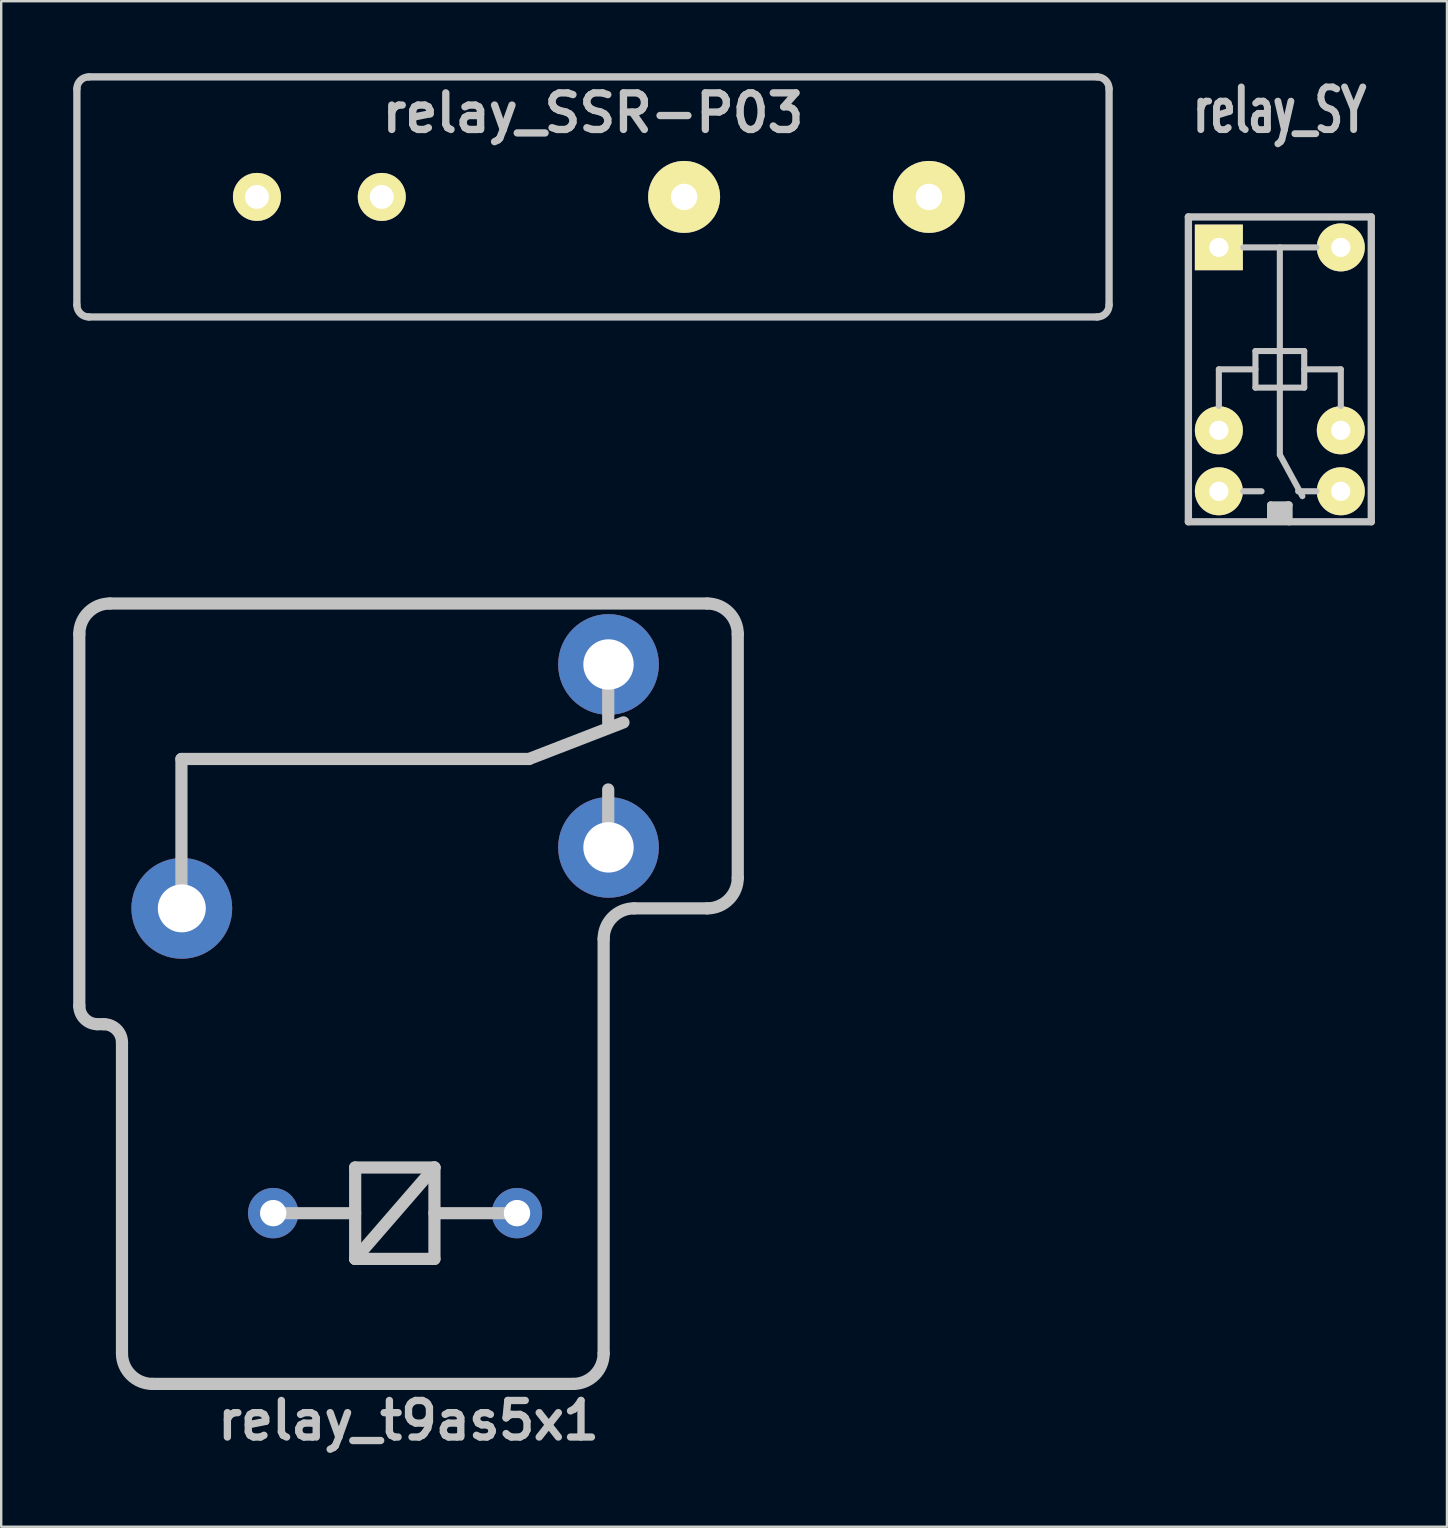
<source format=kicad_pcb>
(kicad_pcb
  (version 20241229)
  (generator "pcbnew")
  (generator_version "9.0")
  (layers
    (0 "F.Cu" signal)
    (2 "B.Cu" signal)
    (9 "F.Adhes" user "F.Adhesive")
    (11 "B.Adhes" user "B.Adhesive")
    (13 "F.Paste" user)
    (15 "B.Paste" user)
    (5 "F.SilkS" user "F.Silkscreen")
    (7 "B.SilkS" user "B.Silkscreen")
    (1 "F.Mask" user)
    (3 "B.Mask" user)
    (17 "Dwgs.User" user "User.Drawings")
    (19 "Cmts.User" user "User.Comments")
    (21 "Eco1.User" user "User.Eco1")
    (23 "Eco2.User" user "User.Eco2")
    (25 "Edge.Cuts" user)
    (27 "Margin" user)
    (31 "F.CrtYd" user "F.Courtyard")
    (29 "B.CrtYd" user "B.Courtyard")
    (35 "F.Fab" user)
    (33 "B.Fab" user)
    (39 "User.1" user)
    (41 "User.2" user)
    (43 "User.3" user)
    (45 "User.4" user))
  (footprint "relay_t9as5x1"
    (layer "F.Cu")
    (at 13.97 38.349)
    (property "Reference" "relay_t9as5x1" (at 0 17.78 0) (layer "Dwgs.User") (effects (font (size 1.524 1.524) (thickness 0.305))))
    (attr through_hole)
    (fp_line (start -13.716 -14.986) (end -13.716 0.508) (stroke (width 0.508) (type solid)) (layer "Dwgs.User"))
    (fp_line (start -12.954 1.27) (end -12.7 1.27) (stroke (width 0.508) (type solid)) (layer "Dwgs.User"))
    (fp_line (start -11.938 2.032) (end -11.938 14.986) (stroke (width 0.508) (type solid)) (layer "Dwgs.User"))
    (fp_line (start -10.668 16.256) (end 6.858 16.256) (stroke (width 0.508) (type solid)) (layer "Dwgs.User"))
    (fp_line (start -9.461 -9.779) (end -9.461 -3.556) (stroke (width 0.508) (type solid)) (layer "Dwgs.User"))
    (fp_line (start -9.461 -3.556) (end -9.461 -3.619) (stroke (width 0.508) (type solid)) (layer "Dwgs.User"))
    (fp_line (start -2.223 7.239) (end 1.079 7.239) (stroke (width 0.508) (type solid)) (layer "Dwgs.User"))
    (fp_line (start -2.223 9.144) (end -5.715 9.144) (stroke (width 0.508) (type solid)) (layer "Dwgs.User"))
    (fp_line (start -2.223 11.049) (end -2.223 7.239) (stroke (width 0.508) (type solid)) (layer "Dwgs.User"))
    (fp_line (start -2.223 11.049) (end 1.079 7.239) (stroke (width 0.508) (type solid)) (layer "Dwgs.User"))
    (fp_line (start 1.079 7.239) (end 1.079 11.049) (stroke (width 0.508) (type solid)) (layer "Dwgs.User"))
    (fp_line (start 1.079 11.049) (end -2.223 11.049) (stroke (width 0.508) (type solid)) (layer "Dwgs.User"))
    (fp_line (start 4.572 9.144) (end 1.079 9.144) (stroke (width 0.508) (type solid)) (layer "Dwgs.User"))
    (fp_line (start 5.016 -9.779) (end -9.461 -9.779) (stroke (width 0.508) (type solid)) (layer "Dwgs.User"))
    (fp_line (start 5.016 -9.779) (end 8.954 -11.303) (stroke (width 0.508) (type solid)) (layer "Dwgs.User"))
    (fp_line (start 8.128 14.986) (end 8.128 -2.286) (stroke (width 0.508) (type solid)) (layer "Dwgs.User"))
    (fp_line (start 8.319 -13.716) (end 8.319 -11.303) (stroke (width 0.508) (type solid)) (layer "Dwgs.User"))
    (fp_line (start 8.319 -6.096) (end 8.319 -8.509) (stroke (width 0.508) (type solid)) (layer "Dwgs.User"))
    (fp_line (start 9.398 -3.556) (end 12.446 -3.556) (stroke (width 0.508) (type solid)) (layer "Dwgs.User"))
    (fp_line (start 12.446 -16.256) (end -12.446 -16.256) (stroke (width 0.508) (type solid)) (layer "Dwgs.User"))
    (fp_line (start 13.716 -4.826) (end 13.716 -14.986) (stroke (width 0.508) (type solid)) (layer "Dwgs.User"))
    (fp_arc (start -13.716 -14.986) (mid -13.344026 -15.884026) (end -12.446 -16.256) (stroke (width 0.508) (type solid)) (layer "Dwgs.User"))
    (fp_arc (start -12.954 1.27) (mid -13.492815 1.046815) (end -13.716 0.508) (stroke (width 0.508) (type solid)) (layer "Dwgs.User"))
    (fp_arc (start -12.7 1.27) (mid -12.161185 1.493185) (end -11.938 2.032) (stroke (width 0.508) (type solid)) (layer "Dwgs.User"))
    (fp_arc (start -10.668 16.256) (mid -11.566026 15.884026) (end -11.938 14.986) (stroke (width 0.508) (type solid)) (layer "Dwgs.User"))
    (fp_arc (start 8.128 -2.286) (mid 8.499974 -3.184026) (end 9.398 -3.556) (stroke (width 0.508) (type solid)) (layer "Dwgs.User"))
    (fp_arc (start 8.128 14.986) (mid 7.756026 15.884026) (end 6.858 16.256) (stroke (width 0.508) (type solid)) (layer "Dwgs.User"))
    (fp_arc (start 12.446 -16.256) (mid 13.344026 -15.884026) (end 13.716 -14.986) (stroke (width 0.508) (type solid)) (layer "Dwgs.User"))
    (fp_arc (start 13.716 -4.826) (mid 13.344026 -3.927974) (end 12.446 -3.556) (stroke (width 0.508) (type solid)) (layer "Dwgs.User"))
    (pad "1" thru_hole circle (at -5.639 9.141) (size 2.098 2.098) (drill 1.1) (layers "*.Cu" "*.Mask"))
    (pad "2" thru_hole circle (at 4.519 9.141) (size 2.098 2.098) (drill 1.1) (layers "*.Cu" "*.Mask"))
    (pad "3" thru_hole circle (at -9.446 -3.556) (size 4.199 4.199) (drill 1.999) (layers "*.Cu" "*.Mask"))
    (pad "4" thru_hole circle (at 8.331 -6.096) (size 4.196 4.196) (drill 2.098) (layers "*.Cu" "*.Mask"))
    (pad "5" thru_hole circle (at 8.331 -13.716) (size 4.196 4.196) (drill 2.098) (layers "*.Cu" "*.Mask")))
  (footprint "relay_SY"
    (layer "F.Cu")
    (at 50.269 12.337)
    (property "Reference" "relay_SY" (at 0 -10.795 0) (layer "Dwgs.User") (effects (font (size 1.778 1.143) (thickness 0.287))))
    (attr through_hole)
    (fp_line (start -3.81 -6.35) (end -3.81 6.35) (stroke (width 0.305) (type solid)) (layer "Dwgs.User"))
    (fp_line (start -3.81 6.35) (end 3.81 6.35) (stroke (width 0.305) (type solid)) (layer "Dwgs.User"))
    (fp_line (start -2.54 0) (end -1.016 0) (stroke (width 0.254) (type solid)) (layer "Dwgs.User"))
    (fp_line (start -2.54 1.524) (end -2.54 0) (stroke (width 0.254) (type solid)) (layer "Dwgs.User"))
    (fp_line (start -1.524 -5.08) (end 1.524 -5.08) (stroke (width 0.254) (type solid)) (layer "Dwgs.User"))
    (fp_line (start -1.524 5.08) (end -0.762 5.08) (stroke (width 0.254) (type solid)) (layer "Dwgs.User"))
    (fp_line (start -1.016 -0.762) (end -1.016 0.762) (stroke (width 0.254) (type solid)) (layer "Dwgs.User"))
    (fp_line (start -1.016 0.762) (end 1.016 0.762) (stroke (width 0.254) (type solid)) (layer "Dwgs.User"))
    (fp_line (start -0.381 5.652) (end 0.318 5.652) (stroke (width 0.305) (type solid)) (layer "Dwgs.User"))
    (fp_line (start -0.381 6.287) (end -0.381 5.652) (stroke (width 0.305) (type solid)) (layer "Dwgs.User"))
    (fp_line (start -0.318 6.096) (end 0.254 6.096) (stroke (width 0.305) (type solid)) (layer "Dwgs.User"))
    (fp_line (start 0 -5.08) (end 0 3.556) (stroke (width 0.254) (type solid)) (layer "Dwgs.User"))
    (fp_line (start 0 3.556) (end 0.94 5.283) (stroke (width 0.254) (type solid)) (layer "Dwgs.User"))
    (fp_line (start 0.318 5.652) (end 0.381 5.652) (stroke (width 0.305) (type solid)) (layer "Dwgs.User"))
    (fp_line (start 0.318 5.905) (end -0.318 5.905) (stroke (width 0.305) (type solid)) (layer "Dwgs.User"))
    (fp_line (start 0.381 5.652) (end 0.381 6.35) (stroke (width 0.305) (type solid)) (layer "Dwgs.User"))
    (fp_line (start 1.016 -0.762) (end -1.016 -0.762) (stroke (width 0.254) (type solid)) (layer "Dwgs.User"))
    (fp_line (start 1.016 0) (end 2.54 0) (stroke (width 0.254) (type solid)) (layer "Dwgs.User"))
    (fp_line (start 1.016 0.762) (end 1.016 -0.762) (stroke (width 0.254) (type solid)) (layer "Dwgs.User"))
    (fp_line (start 1.524 5.08) (end 0.762 5.08) (stroke (width 0.254) (type solid)) (layer "Dwgs.User"))
    (fp_line (start 2.54 0) (end 2.54 1.524) (stroke (width 0.254) (type solid)) (layer "Dwgs.User"))
    (fp_line (start 3.81 -6.35) (end -3.81 -6.35) (stroke (width 0.305) (type solid)) (layer "Dwgs.User"))
    (fp_line (start 3.81 6.35) (end 3.81 -6.35) (stroke (width 0.305) (type solid)) (layer "Dwgs.User"))
    (pad "1" thru_hole rect (at -2.54 -5.08) (size 1.999 1.9) (drill 0.8) (layers "*.Cu" "*.Mask" "F.SilkS"))
    (pad "4" thru_hole circle (at -2.54 2.54) (size 1.999 1.999) (drill 0.8) (layers "*.Cu" "*.Mask" "F.SilkS"))
    (pad "5" thru_hole circle (at -2.54 5.08) (size 1.999 1.999) (drill 0.8) (layers "*.Cu" "*.Mask" "F.SilkS"))
    (pad "6" thru_hole circle (at 2.54 5.08) (size 1.999 1.999) (drill 0.8) (layers "*.Cu" "*.Mask" "F.SilkS"))
    (pad "7" thru_hole circle (at 2.54 2.54) (size 1.999 1.999) (drill 0.8) (layers "*.Cu" "*.Mask" "F.SilkS"))
    (pad "10" thru_hole circle (at 2.54 -5.08) (size 1.999 1.999) (drill 0.8) (layers "*.Cu" "*.Mask" "F.SilkS")))
  (footprint "relay_SSR-P03"
    (layer "F.Cu")
    (at 21.654 5.154)
    (property "Reference" "relay_SSR-P03" (at 0 -3.5 0) (layer "Dwgs.User") (effects (font (size 1.524 1.524) (thickness 0.305))))
    (attr through_hole)
    (fp_line (start -21.501 -4.501) (end -21.501 4.501) (stroke (width 0.305) (type solid)) (layer "Dwgs.User"))
    (fp_line (start -21.001 5.001) (end 21.001 5.001) (stroke (width 0.305) (type solid)) (layer "Dwgs.User"))
    (fp_line (start 21.001 -5.001) (end -21.001 -5.001) (stroke (width 0.305) (type solid)) (layer "Dwgs.User"))
    (fp_line (start 21.501 -4.501) (end 21.501 4.501) (stroke (width 0.305) (type solid)) (layer "Dwgs.User"))
    (fp_arc (start -21.5011 -4.50088) (mid -21.354542 -4.854702) (end -21.00072 -5.00126) (stroke (width 0.3048) (type solid)) (layer "Dwgs.User"))
    (fp_arc (start -21.00072 5.00126) (mid -21.354542 4.854702) (end -21.5011 4.50088) (stroke (width 0.3048) (type solid)) (layer "Dwgs.User"))
    (fp_arc (start 21.00072 -5.00126) (mid 21.354542 -4.854702) (end 21.5011 -4.50088) (stroke (width 0.3048) (type solid)) (layer "Dwgs.User"))
    (fp_arc (start 21.5011 4.50088) (mid 21.354542 4.854702) (end 21.00072 5.00126) (stroke (width 0.3048) (type solid)) (layer "Dwgs.User"))
    (pad "1" thru_hole circle (at 13.995 0) (size 2.997 2.997) (drill 1.1) (layers "*.Cu" "*.Mask" "F.SilkS"))
    (pad "2" thru_hole circle (at 3.797 0) (size 2.997 2.997) (drill 1.1) (layers "*.Cu" "*.Mask" "F.SilkS"))
    (pad "3" thru_hole circle (at -8.799 0) (size 1.999 1.999) (drill 0.996) (layers "*.Cu" "*.Mask" "F.SilkS"))
    (pad "4" thru_hole circle (at -14 0) (size 1.999 1.999) (drill 0.996) (layers "*.Cu" "*.Mask" "F.SilkS")))
  (gr_rect
    (start -3 -3)
    (end 57.232 60.555)
    (stroke (width 0.1) (type default))
    (fill no)
    (layer "Edge.Cuts")))
</source>
